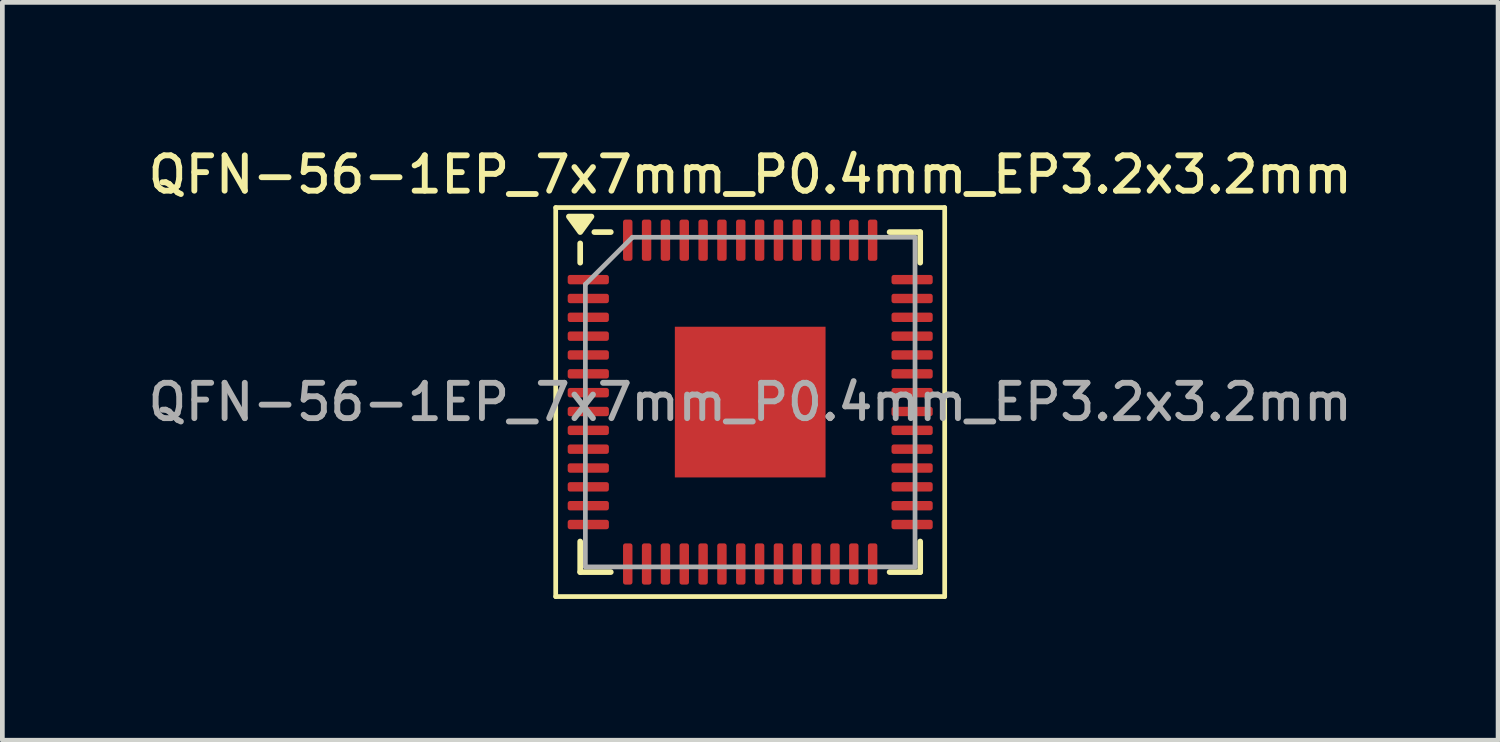
<source format=kicad_pcb>
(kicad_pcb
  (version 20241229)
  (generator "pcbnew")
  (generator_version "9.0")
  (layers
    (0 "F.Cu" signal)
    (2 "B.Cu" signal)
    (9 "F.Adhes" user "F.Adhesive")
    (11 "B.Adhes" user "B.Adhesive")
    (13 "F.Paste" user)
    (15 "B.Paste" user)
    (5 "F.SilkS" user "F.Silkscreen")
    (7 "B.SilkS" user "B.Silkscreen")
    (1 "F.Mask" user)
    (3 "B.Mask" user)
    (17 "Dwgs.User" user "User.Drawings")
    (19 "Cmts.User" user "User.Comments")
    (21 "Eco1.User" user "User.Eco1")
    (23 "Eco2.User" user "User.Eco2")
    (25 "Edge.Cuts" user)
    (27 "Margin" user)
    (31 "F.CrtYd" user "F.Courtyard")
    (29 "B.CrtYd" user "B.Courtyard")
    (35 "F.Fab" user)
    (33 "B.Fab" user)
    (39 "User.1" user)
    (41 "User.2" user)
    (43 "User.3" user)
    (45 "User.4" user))
  (footprint "QFN-56-1EP_7x7mm_P0.4mm_EP3.2x3.2mm"
    (layer "F.Cu")
    (at 12.88 5.488)
    (property "Reference" "QFN-56-1EP_7x7mm_P0.4mm_EP3.2x3.2mm" (at 0 -4.83 0) (layer "F.SilkS") (effects (font (size 0.75 0.75) (thickness 0.125))))
    (attr smd)
    (fp_line (start -4.13 -4.13) (end -4.13 4.13) (stroke (width 0.1) (type solid)) (layer "F.SilkS"))
    (fp_line (start -4.13 4.13) (end 4.13 4.13) (stroke (width 0.1) (type solid)) (layer "F.SilkS"))
    (fp_line (start -3.61 -2.96) (end -3.61 -3.37) (stroke (width 0.12) (type solid)) (layer "F.SilkS"))
    (fp_line (start -3.61 3.61) (end -3.61 2.96) (stroke (width 0.12) (type solid)) (layer "F.SilkS"))
    (fp_line (start -2.96 -3.61) (end -3.31 -3.61) (stroke (width 0.12) (type solid)) (layer "F.SilkS"))
    (fp_line (start -2.96 3.61) (end -3.61 3.61) (stroke (width 0.12) (type solid)) (layer "F.SilkS"))
    (fp_line (start 2.96 -3.61) (end 3.61 -3.61) (stroke (width 0.12) (type solid)) (layer "F.SilkS"))
    (fp_line (start 2.96 3.61) (end 3.61 3.61) (stroke (width 0.12) (type solid)) (layer "F.SilkS"))
    (fp_line (start 3.61 -3.61) (end 3.61 -2.96) (stroke (width 0.12) (type solid)) (layer "F.SilkS"))
    (fp_line (start 3.61 3.61) (end 3.61 2.96) (stroke (width 0.12) (type solid)) (layer "F.SilkS"))
    (fp_line (start 4.13 -4.13) (end -4.13 -4.13) (stroke (width 0.1) (type solid)) (layer "F.SilkS"))
    (fp_line (start 4.13 4.13) (end 4.13 -4.13) (stroke (width 0.1) (type solid)) (layer "F.SilkS"))
    (fp_poly (pts (xy -3.61 -3.61) (xy -3.85 -3.94) (xy -3.37 -3.94) (xy -3.61 -3.61)) (stroke (width 0.12) (type solid)) (fill yes) (layer "F.SilkS"))
    (fp_line (start -3.5 -2.5) (end -2.5 -3.5) (stroke (width 0.1) (type solid)) (layer "F.Fab"))
    (fp_line (start -3.5 3.5) (end -3.5 -2.5) (stroke (width 0.1) (type solid)) (layer "F.Fab"))
    (fp_line (start -2.5 -3.5) (end 3.5 -3.5) (stroke (width 0.1) (type solid)) (layer "F.Fab"))
    (fp_line (start 3.5 -3.5) (end 3.5 3.5) (stroke (width 0.1) (type solid)) (layer "F.Fab"))
    (fp_line (start 3.5 3.5) (end -3.5 3.5) (stroke (width 0.1) (type solid)) (layer "F.Fab"))
    (fp_text user "${REFERENCE}" (at 0 0 0) (layer "F.Fab") (effects (font (size 0.75 0.75) (thickness 0.125))))
    (pad "" smd roundrect (at -0.8 -0.8) (size 1.29 1.29) (layers "F.Paste") (roundrect_rratio 0.194))
    (pad "" smd roundrect (at -0.8 0.8) (size 1.29 1.29) (layers "F.Paste") (roundrect_rratio 0.194))
    (pad "" smd roundrect (at 0.8 -0.8) (size 1.29 1.29) (layers "F.Paste") (roundrect_rratio 0.194))
    (pad "" smd roundrect (at 0.8 0.8) (size 1.29 1.29) (layers "F.Paste") (roundrect_rratio 0.194))
    (pad "1" smd roundrect (at -3.438 -2.6) (size 0.875 0.2) (layers "F.Cu" "F.Mask" "F.Paste") (roundrect_rratio 0.25))
    (pad "2" smd roundrect (at -3.438 -2.2) (size 0.875 0.2) (layers "F.Cu" "F.Mask" "F.Paste") (roundrect_rratio 0.25))
    (pad "3" smd roundrect (at -3.438 -1.8) (size 0.875 0.2) (layers "F.Cu" "F.Mask" "F.Paste") (roundrect_rratio 0.25))
    (pad "4" smd roundrect (at -3.438 -1.4) (size 0.875 0.2) (layers "F.Cu" "F.Mask" "F.Paste") (roundrect_rratio 0.25))
    (pad "5" smd roundrect (at -3.438 -1) (size 0.875 0.2) (layers "F.Cu" "F.Mask" "F.Paste") (roundrect_rratio 0.25))
    (pad "6" smd roundrect (at -3.438 -0.6) (size 0.875 0.2) (layers "F.Cu" "F.Mask" "F.Paste") (roundrect_rratio 0.25))
    (pad "7" smd roundrect (at -3.438 -0.2) (size 0.875 0.2) (layers "F.Cu" "F.Mask" "F.Paste") (roundrect_rratio 0.25))
    (pad "8" smd roundrect (at -3.438 0.2) (size 0.875 0.2) (layers "F.Cu" "F.Mask" "F.Paste") (roundrect_rratio 0.25))
    (pad "9" smd roundrect (at -3.438 0.6) (size 0.875 0.2) (layers "F.Cu" "F.Mask" "F.Paste") (roundrect_rratio 0.25))
    (pad "10" smd roundrect (at -3.438 1) (size 0.875 0.2) (layers "F.Cu" "F.Mask" "F.Paste") (roundrect_rratio 0.25))
    (pad "11" smd roundrect (at -3.438 1.4) (size 0.875 0.2) (layers "F.Cu" "F.Mask" "F.Paste") (roundrect_rratio 0.25))
    (pad "12" smd roundrect (at -3.438 1.8) (size 0.875 0.2) (layers "F.Cu" "F.Mask" "F.Paste") (roundrect_rratio 0.25))
    (pad "13" smd roundrect (at -3.438 2.2) (size 0.875 0.2) (layers "F.Cu" "F.Mask" "F.Paste") (roundrect_rratio 0.25))
    (pad "14" smd roundrect (at -3.438 2.6) (size 0.875 0.2) (layers "F.Cu" "F.Mask" "F.Paste") (roundrect_rratio 0.25))
    (pad "15" smd roundrect (at -2.6 3.438) (size 0.2 0.875) (layers "F.Cu" "F.Mask" "F.Paste") (roundrect_rratio 0.25))
    (pad "16" smd roundrect (at -2.2 3.438) (size 0.2 0.875) (layers "F.Cu" "F.Mask" "F.Paste") (roundrect_rratio 0.25))
    (pad "17" smd roundrect (at -1.8 3.438) (size 0.2 0.875) (layers "F.Cu" "F.Mask" "F.Paste") (roundrect_rratio 0.25))
    (pad "18" smd roundrect (at -1.4 3.438) (size 0.2 0.875) (layers "F.Cu" "F.Mask" "F.Paste") (roundrect_rratio 0.25))
    (pad "19" smd roundrect (at -1 3.438) (size 0.2 0.875) (layers "F.Cu" "F.Mask" "F.Paste") (roundrect_rratio 0.25))
    (pad "20" smd roundrect (at -0.6 3.438) (size 0.2 0.875) (layers "F.Cu" "F.Mask" "F.Paste") (roundrect_rratio 0.25))
    (pad "21" smd roundrect (at -0.2 3.438) (size 0.2 0.875) (layers "F.Cu" "F.Mask" "F.Paste") (roundrect_rratio 0.25))
    (pad "22" smd roundrect (at 0.2 3.438) (size 0.2 0.875) (layers "F.Cu" "F.Mask" "F.Paste") (roundrect_rratio 0.25))
    (pad "23" smd roundrect (at 0.6 3.438) (size 0.2 0.875) (layers "F.Cu" "F.Mask" "F.Paste") (roundrect_rratio 0.25))
    (pad "24" smd roundrect (at 1 3.438) (size 0.2 0.875) (layers "F.Cu" "F.Mask" "F.Paste") (roundrect_rratio 0.25))
    (pad "25" smd roundrect (at 1.4 3.438) (size 0.2 0.875) (layers "F.Cu" "F.Mask" "F.Paste") (roundrect_rratio 0.25))
    (pad "26" smd roundrect (at 1.8 3.438) (size 0.2 0.875) (layers "F.Cu" "F.Mask" "F.Paste") (roundrect_rratio 0.25))
    (pad "27" smd roundrect (at 2.2 3.438) (size 0.2 0.875) (layers "F.Cu" "F.Mask" "F.Paste") (roundrect_rratio 0.25))
    (pad "28" smd roundrect (at 2.6 3.438) (size 0.2 0.875) (layers "F.Cu" "F.Mask" "F.Paste") (roundrect_rratio 0.25))
    (pad "29" smd roundrect (at 3.438 2.6) (size 0.875 0.2) (layers "F.Cu" "F.Mask" "F.Paste") (roundrect_rratio 0.25))
    (pad "30" smd roundrect (at 3.438 2.2) (size 0.875 0.2) (layers "F.Cu" "F.Mask" "F.Paste") (roundrect_rratio 0.25))
    (pad "31" smd roundrect (at 3.438 1.8) (size 0.875 0.2) (layers "F.Cu" "F.Mask" "F.Paste") (roundrect_rratio 0.25))
    (pad "32" smd roundrect (at 3.438 1.4) (size 0.875 0.2) (layers "F.Cu" "F.Mask" "F.Paste") (roundrect_rratio 0.25))
    (pad "33" smd roundrect (at 3.438 1) (size 0.875 0.2) (layers "F.Cu" "F.Mask" "F.Paste") (roundrect_rratio 0.25))
    (pad "34" smd roundrect (at 3.438 0.6) (size 0.875 0.2) (layers "F.Cu" "F.Mask" "F.Paste") (roundrect_rratio 0.25))
    (pad "35" smd roundrect (at 3.438 0.2) (size 0.875 0.2) (layers "F.Cu" "F.Mask" "F.Paste") (roundrect_rratio 0.25))
    (pad "36" smd roundrect (at 3.438 -0.2) (size 0.875 0.2) (layers "F.Cu" "F.Mask" "F.Paste") (roundrect_rratio 0.25))
    (pad "37" smd roundrect (at 3.438 -0.6) (size 0.875 0.2) (layers "F.Cu" "F.Mask" "F.Paste") (roundrect_rratio 0.25))
    (pad "38" smd roundrect (at 3.438 -1) (size 0.875 0.2) (layers "F.Cu" "F.Mask" "F.Paste") (roundrect_rratio 0.25))
    (pad "39" smd roundrect (at 3.438 -1.4) (size 0.875 0.2) (layers "F.Cu" "F.Mask" "F.Paste") (roundrect_rratio 0.25))
    (pad "40" smd roundrect (at 3.438 -1.8) (size 0.875 0.2) (layers "F.Cu" "F.Mask" "F.Paste") (roundrect_rratio 0.25))
    (pad "41" smd roundrect (at 3.438 -2.2) (size 0.875 0.2) (layers "F.Cu" "F.Mask" "F.Paste") (roundrect_rratio 0.25))
    (pad "42" smd roundrect (at 3.438 -2.6) (size 0.875 0.2) (layers "F.Cu" "F.Mask" "F.Paste") (roundrect_rratio 0.25))
    (pad "43" smd roundrect (at 2.6 -3.438) (size 0.2 0.875) (layers "F.Cu" "F.Mask" "F.Paste") (roundrect_rratio 0.25))
    (pad "44" smd roundrect (at 2.2 -3.438) (size 0.2 0.875) (layers "F.Cu" "F.Mask" "F.Paste") (roundrect_rratio 0.25))
    (pad "45" smd roundrect (at 1.8 -3.438) (size 0.2 0.875) (layers "F.Cu" "F.Mask" "F.Paste") (roundrect_rratio 0.25))
    (pad "46" smd roundrect (at 1.4 -3.438) (size 0.2 0.875) (layers "F.Cu" "F.Mask" "F.Paste") (roundrect_rratio 0.25))
    (pad "47" smd roundrect (at 1 -3.438) (size 0.2 0.875) (layers "F.Cu" "F.Mask" "F.Paste") (roundrect_rratio 0.25))
    (pad "48" smd roundrect (at 0.6 -3.438) (size 0.2 0.875) (layers "F.Cu" "F.Mask" "F.Paste") (roundrect_rratio 0.25))
    (pad "49" smd roundrect (at 0.2 -3.438) (size 0.2 0.875) (layers "F.Cu" "F.Mask" "F.Paste") (roundrect_rratio 0.25))
    (pad "50" smd roundrect (at -0.2 -3.438) (size 0.2 0.875) (layers "F.Cu" "F.Mask" "F.Paste") (roundrect_rratio 0.25))
    (pad "51" smd roundrect (at -0.6 -3.438) (size 0.2 0.875) (layers "F.Cu" "F.Mask" "F.Paste") (roundrect_rratio 0.25))
    (pad "52" smd roundrect (at -1 -3.438) (size 0.2 0.875) (layers "F.Cu" "F.Mask" "F.Paste") (roundrect_rratio 0.25))
    (pad "53" smd roundrect (at -1.4 -3.438) (size 0.2 0.875) (layers "F.Cu" "F.Mask" "F.Paste") (roundrect_rratio 0.25))
    (pad "54" smd roundrect (at -1.8 -3.438) (size 0.2 0.875) (layers "F.Cu" "F.Mask" "F.Paste") (roundrect_rratio 0.25))
    (pad "55" smd roundrect (at -2.2 -3.438) (size 0.2 0.875) (layers "F.Cu" "F.Mask" "F.Paste") (roundrect_rratio 0.25))
    (pad "56" smd roundrect (at -2.6 -3.438) (size 0.2 0.875) (layers "F.Cu" "F.Mask" "F.Paste") (roundrect_rratio 0.25))
    (pad "57" smd rect (at 0 0) (size 3.2 3.2) (property pad_prop_heatsink) (layers "F.Cu" "F.Mask")))
  (gr_rect
    (start -3 -3)
    (end 28.761 12.668)
    (stroke (width 0.1) (type default))
    (fill no)
    (layer "Edge.Cuts")))
</source>
